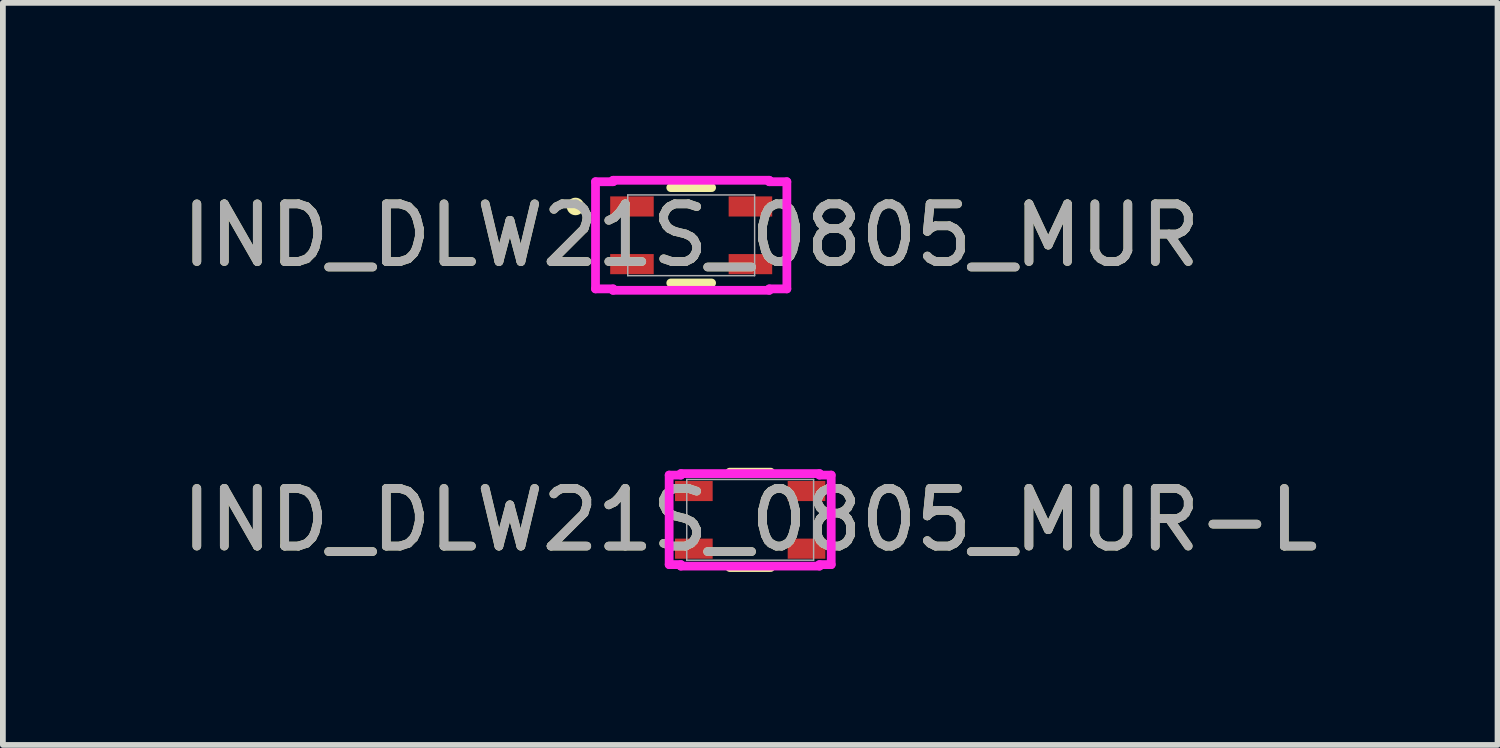
<source format=kicad_pcb>
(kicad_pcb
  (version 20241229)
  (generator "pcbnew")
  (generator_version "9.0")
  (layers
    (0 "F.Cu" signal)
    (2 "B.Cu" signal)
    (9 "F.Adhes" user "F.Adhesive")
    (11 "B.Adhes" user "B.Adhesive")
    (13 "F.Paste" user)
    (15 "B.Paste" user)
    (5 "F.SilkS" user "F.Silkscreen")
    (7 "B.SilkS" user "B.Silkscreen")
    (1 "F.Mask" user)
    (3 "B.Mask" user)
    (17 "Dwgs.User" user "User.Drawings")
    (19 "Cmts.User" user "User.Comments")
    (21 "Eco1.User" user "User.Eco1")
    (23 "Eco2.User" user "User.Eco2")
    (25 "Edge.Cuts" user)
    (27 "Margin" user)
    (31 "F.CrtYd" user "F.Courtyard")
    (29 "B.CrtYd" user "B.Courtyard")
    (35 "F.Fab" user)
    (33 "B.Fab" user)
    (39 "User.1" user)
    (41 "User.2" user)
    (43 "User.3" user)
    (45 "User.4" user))
  (footprint "IND_DLW21S_0805_MUR-L"
    (layer "F.Cu")
    (at 9.958 5.964)
    (property "Reference" "IND_DLW21S_0805_MUR-L" (at 0 0 0) (unlocked yes) (layer "F.SilkS") (effects (font (size 1 1) (thickness 0.15))))
    (attr smd)
    (fp_line (start -0.354 0.827) (end 0.354 0.827) (stroke (width 0.152) (type solid)) (layer "F.SilkS"))
    (fp_line (start 0.354 -0.827) (end -0.354 -0.827) (stroke (width 0.152) (type solid)) (layer "F.SilkS"))
    (fp_line (start -1.405 -0.776) (end -1.202 -0.776) (stroke (width 0.152) (type solid)) (layer "F.CrtYd"))
    (fp_line (start -1.405 0.776) (end -1.405 -0.776) (stroke (width 0.152) (type solid)) (layer "F.CrtYd"))
    (fp_line (start -1.405 0.776) (end -1.202 0.776) (stroke (width 0.152) (type solid)) (layer "F.CrtYd"))
    (fp_line (start -1.202 -0.802) (end 1.202 -0.802) (stroke (width 0.152) (type solid)) (layer "F.CrtYd"))
    (fp_line (start -1.202 -0.776) (end -1.202 -0.802) (stroke (width 0.152) (type solid)) (layer "F.CrtYd"))
    (fp_line (start -1.202 0.802) (end -1.202 0.776) (stroke (width 0.152) (type solid)) (layer "F.CrtYd"))
    (fp_line (start 1.202 -0.802) (end 1.202 -0.776) (stroke (width 0.152) (type solid)) (layer "F.CrtYd"))
    (fp_line (start 1.202 0.776) (end 1.202 0.802) (stroke (width 0.152) (type solid)) (layer "F.CrtYd"))
    (fp_line (start 1.202 0.802) (end -1.202 0.802) (stroke (width 0.152) (type solid)) (layer "F.CrtYd"))
    (fp_line (start 1.405 -0.776) (end 1.202 -0.776) (stroke (width 0.152) (type solid)) (layer "F.CrtYd"))
    (fp_line (start 1.405 -0.776) (end 1.405 0.776) (stroke (width 0.152) (type solid)) (layer "F.CrtYd"))
    (fp_line (start 1.405 0.776) (end 1.202 0.776) (stroke (width 0.152) (type solid)) (layer "F.CrtYd"))
    (fp_line (start -1.1 -0.7) (end -1.1 0.7) (stroke (width 0.025) (type solid)) (layer "F.Fab"))
    (fp_line (start -1.1 0.7) (end 1.1 0.7) (stroke (width 0.025) (type solid)) (layer "F.Fab"))
    (fp_line (start 1.1 -0.7) (end -1.1 -0.7) (stroke (width 0.025) (type solid)) (layer "F.Fab"))
    (fp_line (start 1.1 0.7) (end 1.1 -0.7) (stroke (width 0.025) (type solid)) (layer "F.Fab"))
    (fp_text user "${REFERENCE}" (at 0 0 0) (unlocked yes) (layer "F.Fab") (effects (font (size 1 1) (thickness 0.15))))
    (pad "1" smd rect (at -0.977 -0.5) (size 0.653 0.349) (layers "F.Cu" "F.Mask" "F.Paste"))
    (pad "2" smd rect (at 0.977 -0.5) (size 0.653 0.349) (layers "F.Cu" "F.Mask" "F.Paste"))
    (pad "3" smd rect (at 0.977 0.5) (size 0.653 0.349) (layers "F.Cu" "F.Mask" "F.Paste"))
    (pad "4" smd rect (at -0.977 0.5) (size 0.653 0.349) (layers "F.Cu" "F.Mask" "F.Paste")))
  (footprint "IND_DLW21S_0805_MUR"
    (layer "F.Cu")
    (at 8.935 1.03)
    (property "Reference" "IND_DLW21S_0805_MUR" (at 0 0 0) (unlocked yes) (layer "F.SilkS") (effects (font (size 1 1) (thickness 0.15))))
    (attr smd)
    (fp_line (start -0.354 0.827) (end 0.354 0.827) (stroke (width 0.152) (type solid)) (layer "F.SilkS"))
    (fp_line (start 0.354 -0.827) (end -0.354 -0.827) (stroke (width 0.152) (type solid)) (layer "F.SilkS"))
    (fp_circle (center -2.006 -0.5) (end -1.93 -0.5) (stroke (width 0.152) (type solid)) (fill no) (layer "F.SilkS"))
    (fp_line (start -1.659 -0.929) (end -1.354 -0.929) (stroke (width 0.152) (type solid)) (layer "F.CrtYd"))
    (fp_line (start -1.659 0.929) (end -1.659 -0.929) (stroke (width 0.152) (type solid)) (layer "F.CrtYd"))
    (fp_line (start -1.659 0.929) (end -1.354 0.929) (stroke (width 0.152) (type solid)) (layer "F.CrtYd"))
    (fp_line (start -1.354 -0.954) (end 1.354 -0.954) (stroke (width 0.152) (type solid)) (layer "F.CrtYd"))
    (fp_line (start -1.354 -0.929) (end -1.354 -0.954) (stroke (width 0.152) (type solid)) (layer "F.CrtYd"))
    (fp_line (start -1.354 0.954) (end -1.354 0.929) (stroke (width 0.152) (type solid)) (layer "F.CrtYd"))
    (fp_line (start 1.354 -0.954) (end 1.354 -0.929) (stroke (width 0.152) (type solid)) (layer "F.CrtYd"))
    (fp_line (start 1.354 0.929) (end 1.354 0.954) (stroke (width 0.152) (type solid)) (layer "F.CrtYd"))
    (fp_line (start 1.354 0.954) (end -1.354 0.954) (stroke (width 0.152) (type solid)) (layer "F.CrtYd"))
    (fp_line (start 1.659 -0.929) (end 1.354 -0.929) (stroke (width 0.152) (type solid)) (layer "F.CrtYd"))
    (fp_line (start 1.659 -0.929) (end 1.659 0.929) (stroke (width 0.152) (type solid)) (layer "F.CrtYd"))
    (fp_line (start 1.659 0.929) (end 1.354 0.929) (stroke (width 0.152) (type solid)) (layer "F.CrtYd"))
    (fp_line (start -1.1 -0.7) (end -1.1 0.7) (stroke (width 0.025) (type solid)) (layer "F.Fab"))
    (fp_line (start -1.1 0.7) (end 1.1 0.7) (stroke (width 0.025) (type solid)) (layer "F.Fab"))
    (fp_line (start 1.1 -0.7) (end -1.1 -0.7) (stroke (width 0.025) (type solid)) (layer "F.Fab"))
    (fp_line (start 1.1 0.7) (end 1.1 -0.7) (stroke (width 0.025) (type solid)) (layer "F.Fab"))
    (fp_text user "${REFERENCE}" (at 0 0 0) (unlocked yes) (layer "F.Fab") (effects (font (size 1 1) (thickness 0.15))))
    (pad "1" smd rect (at -1.027 -0.5) (size 0.755 0.349) (layers "F.Cu" "F.Mask" "F.Paste"))
    (pad "2" smd rect (at 1.027 -0.5) (size 0.755 0.349) (layers "F.Cu" "F.Mask" "F.Paste"))
    (pad "3" smd rect (at 1.027 0.5) (size 0.755 0.349) (layers "F.Cu" "F.Mask" "F.Paste"))
    (pad "4" smd rect (at -1.027 0.5) (size 0.755 0.349) (layers "F.Cu" "F.Mask" "F.Paste")))
  (gr_rect
    (start -3 -3)
    (end 22.917 9.867)
    (stroke (width 0.1) (type default))
    (fill no)
    (layer "Edge.Cuts")))
</source>
